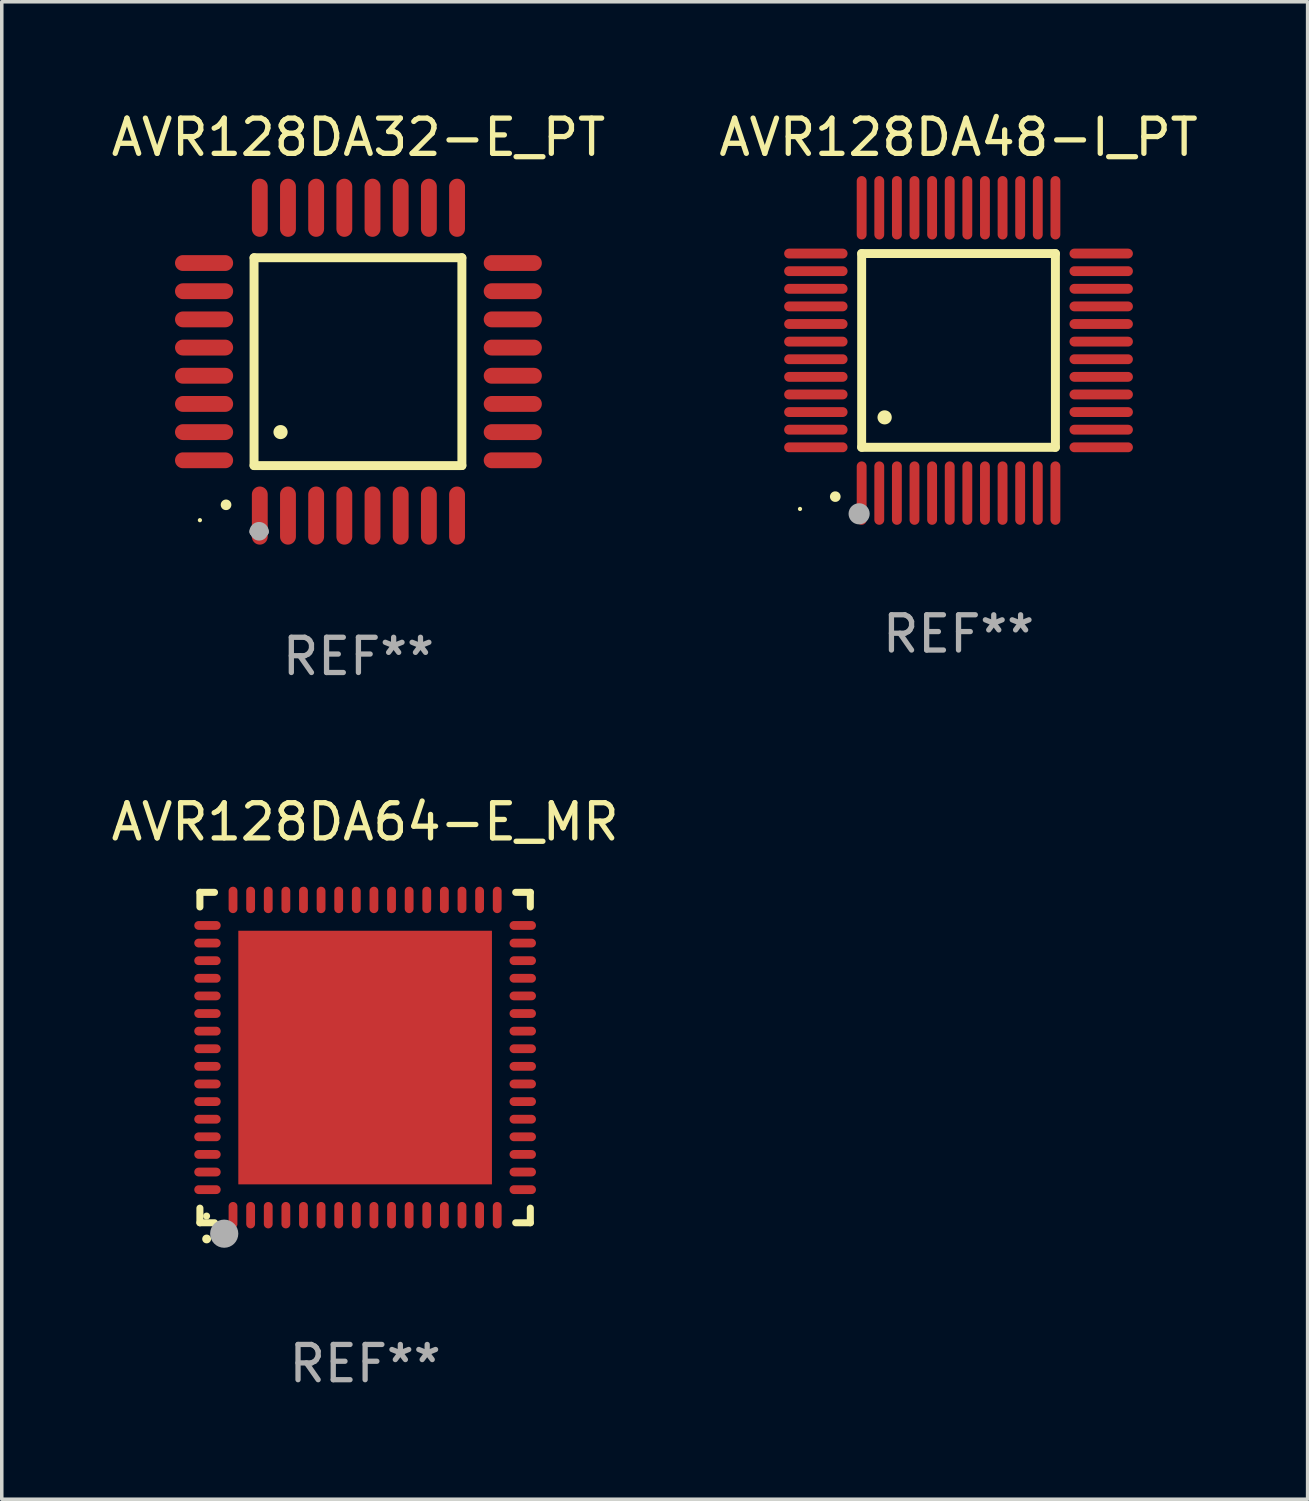
<source format=kicad_pcb>
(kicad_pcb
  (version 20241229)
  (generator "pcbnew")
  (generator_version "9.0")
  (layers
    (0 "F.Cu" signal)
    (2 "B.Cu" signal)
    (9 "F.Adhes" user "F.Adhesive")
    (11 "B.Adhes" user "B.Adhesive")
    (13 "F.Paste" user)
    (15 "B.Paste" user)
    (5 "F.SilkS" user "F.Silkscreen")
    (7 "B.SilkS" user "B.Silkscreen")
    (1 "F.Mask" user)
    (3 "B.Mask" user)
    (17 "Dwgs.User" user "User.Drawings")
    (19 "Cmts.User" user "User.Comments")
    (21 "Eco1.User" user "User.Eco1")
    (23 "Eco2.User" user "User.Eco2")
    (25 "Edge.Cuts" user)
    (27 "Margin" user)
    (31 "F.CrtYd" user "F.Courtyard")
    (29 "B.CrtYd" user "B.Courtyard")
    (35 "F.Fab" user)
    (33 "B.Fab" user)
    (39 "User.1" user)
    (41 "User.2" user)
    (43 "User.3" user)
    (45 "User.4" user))
  (footprint "AVR128DA64-E_MR"
    (layer "F.Cu")
    (at 7.315 26.972)
    (property "Reference" "AVR128DA64-E_MR" (at 0 -6.69 0) (layer "F.SilkS") (effects (font (size 1 1) (thickness 0.15))))
    (attr through_hole)
    (fp_line (start -4.69 -4.69) (end -4.275 -4.69) (stroke (width 0.2) (type solid)) (layer "F.SilkS"))
    (fp_line (start -4.69 -4.275) (end -4.69 -4.69) (stroke (width 0.2) (type solid)) (layer "F.SilkS"))
    (fp_line (start -4.69 4.69) (end -4.69 4.275) (stroke (width 0.2) (type solid)) (layer "F.SilkS"))
    (fp_line (start -4.275 4.69) (end -4.69 4.69) (stroke (width 0.2) (type solid)) (layer "F.SilkS"))
    (fp_line (start 4.275 4.69) (end 4.69 4.69) (stroke (width 0.2) (type solid)) (layer "F.SilkS"))
    (fp_line (start 4.69 -4.69) (end 4.275 -4.69) (stroke (width 0.2) (type solid)) (layer "F.SilkS"))
    (fp_line (start 4.69 -4.275) (end 4.69 -4.69) (stroke (width 0.2) (type solid)) (layer "F.SilkS"))
    (fp_line (start 4.69 4.69) (end 4.69 4.275) (stroke (width 0.2) (type solid)) (layer "F.SilkS"))
    (fp_arc (start -4.499886 5.15) (mid -4.498616 5.149994) (end -4.497346 5.15) (stroke (width 0.24892) (type solid)) (layer "F.SilkS"))
    (fp_circle (center -4.5 4.5) (end -4.45 4.5) (stroke (width 0.1) (type solid)) (fill no) (layer "F.SilkS"))
    (fp_circle (center -4 5) (end -3.8 5) (stroke (width 0.4) (type solid)) (fill no) (layer "F.Fab"))
    (fp_text user "REF**" (at 0 8.69 0) (layer "F.Fab") (effects (font (size 1 1) (thickness 0.15))))
    (pad "1" smd oval (at -3.75 4.475) (size 0.25 0.75) (layers "F.Cu" "F.Mask" "F.Paste"))
    (pad "2" smd oval (at -3.25 4.475) (size 0.25 0.75) (layers "F.Cu" "F.Mask" "F.Paste"))
    (pad "3" smd oval (at -2.75 4.475) (size 0.25 0.75) (layers "F.Cu" "F.Mask" "F.Paste"))
    (pad "4" smd oval (at -2.25 4.475) (size 0.25 0.75) (layers "F.Cu" "F.Mask" "F.Paste"))
    (pad "5" smd oval (at -1.75 4.475) (size 0.25 0.75) (layers "F.Cu" "F.Mask" "F.Paste"))
    (pad "6" smd oval (at -1.25 4.475) (size 0.25 0.75) (layers "F.Cu" "F.Mask" "F.Paste"))
    (pad "7" smd oval (at -0.75 4.475) (size 0.25 0.75) (layers "F.Cu" "F.Mask" "F.Paste"))
    (pad "8" smd oval (at -0.25 4.475) (size 0.25 0.75) (layers "F.Cu" "F.Mask" "F.Paste"))
    (pad "9" smd oval (at 0.25 4.475) (size 0.25 0.75) (layers "F.Cu" "F.Mask" "F.Paste"))
    (pad "10" smd oval (at 0.75 4.475) (size 0.25 0.75) (layers "F.Cu" "F.Mask" "F.Paste"))
    (pad "11" smd oval (at 1.25 4.475) (size 0.25 0.75) (layers "F.Cu" "F.Mask" "F.Paste"))
    (pad "12" smd oval (at 1.75 4.475) (size 0.25 0.75) (layers "F.Cu" "F.Mask" "F.Paste"))
    (pad "13" smd oval (at 2.25 4.475) (size 0.25 0.75) (layers "F.Cu" "F.Mask" "F.Paste"))
    (pad "14" smd oval (at 2.75 4.475) (size 0.25 0.75) (layers "F.Cu" "F.Mask" "F.Paste"))
    (pad "15" smd oval (at 3.25 4.475) (size 0.25 0.75) (layers "F.Cu" "F.Mask" "F.Paste"))
    (pad "16" smd oval (at 3.75 4.475) (size 0.25 0.75) (layers "F.Cu" "F.Mask" "F.Paste"))
    (pad "17" smd oval (at 4.475 3.75) (size 0.75 0.25) (layers "F.Cu" "F.Mask" "F.Paste"))
    (pad "18" smd oval (at 4.475 3.25) (size 0.75 0.25) (layers "F.Cu" "F.Mask" "F.Paste"))
    (pad "19" smd oval (at 4.475 2.75) (size 0.75 0.25) (layers "F.Cu" "F.Mask" "F.Paste"))
    (pad "20" smd oval (at 4.475 2.25) (size 0.75 0.25) (layers "F.Cu" "F.Mask" "F.Paste"))
    (pad "21" smd oval (at 4.475 1.75) (size 0.75 0.25) (layers "F.Cu" "F.Mask" "F.Paste"))
    (pad "22" smd oval (at 4.475 1.25) (size 0.75 0.25) (layers "F.Cu" "F.Mask" "F.Paste"))
    (pad "23" smd oval (at 4.475 0.75) (size 0.75 0.25) (layers "F.Cu" "F.Mask" "F.Paste"))
    (pad "24" smd oval (at 4.475 0.25) (size 0.75 0.25) (layers "F.Cu" "F.Mask" "F.Paste"))
    (pad "25" smd oval (at 4.475 -0.25) (size 0.75 0.25) (layers "F.Cu" "F.Mask" "F.Paste"))
    (pad "26" smd oval (at 4.475 -0.75) (size 0.75 0.25) (layers "F.Cu" "F.Mask" "F.Paste"))
    (pad "27" smd oval (at 4.475 -1.25) (size 0.75 0.25) (layers "F.Cu" "F.Mask" "F.Paste"))
    (pad "28" smd oval (at 4.475 -1.75) (size 0.75 0.25) (layers "F.Cu" "F.Mask" "F.Paste"))
    (pad "29" smd oval (at 4.475 -2.25) (size 0.75 0.25) (layers "F.Cu" "F.Mask" "F.Paste"))
    (pad "30" smd oval (at 4.475 -2.75) (size 0.75 0.25) (layers "F.Cu" "F.Mask" "F.Paste"))
    (pad "31" smd oval (at 4.475 -3.25) (size 0.75 0.25) (layers "F.Cu" "F.Mask" "F.Paste"))
    (pad "32" smd oval (at 4.475 -3.75) (size 0.75 0.25) (layers "F.Cu" "F.Mask" "F.Paste"))
    (pad "33" smd oval (at 3.75 -4.475) (size 0.25 0.75) (layers "F.Cu" "F.Mask" "F.Paste"))
    (pad "34" smd oval (at 3.25 -4.475) (size 0.25 0.75) (layers "F.Cu" "F.Mask" "F.Paste"))
    (pad "35" smd oval (at 2.75 -4.475) (size 0.25 0.75) (layers "F.Cu" "F.Mask" "F.Paste"))
    (pad "36" smd oval (at 2.25 -4.475) (size 0.25 0.75) (layers "F.Cu" "F.Mask" "F.Paste"))
    (pad "37" smd oval (at 1.75 -4.475) (size 0.25 0.75) (layers "F.Cu" "F.Mask" "F.Paste"))
    (pad "38" smd oval (at 1.25 -4.475) (size 0.25 0.75) (layers "F.Cu" "F.Mask" "F.Paste"))
    (pad "39" smd oval (at 0.75 -4.475) (size 0.25 0.75) (layers "F.Cu" "F.Mask" "F.Paste"))
    (pad "40" smd oval (at 0.25 -4.475) (size 0.25 0.75) (layers "F.Cu" "F.Mask" "F.Paste"))
    (pad "41" smd oval (at -0.25 -4.475) (size 0.25 0.75) (layers "F.Cu" "F.Mask" "F.Paste"))
    (pad "42" smd oval (at -0.75 -4.475) (size 0.25 0.75) (layers "F.Cu" "F.Mask" "F.Paste"))
    (pad "43" smd oval (at -1.25 -4.475) (size 0.25 0.75) (layers "F.Cu" "F.Mask" "F.Paste"))
    (pad "44" smd oval (at -1.75 -4.475) (size 0.25 0.75) (layers "F.Cu" "F.Mask" "F.Paste"))
    (pad "45" smd oval (at -2.25 -4.475) (size 0.25 0.75) (layers "F.Cu" "F.Mask" "F.Paste"))
    (pad "46" smd oval (at -2.75 -4.475) (size 0.25 0.75) (layers "F.Cu" "F.Mask" "F.Paste"))
    (pad "47" smd oval (at -3.25 -4.475) (size 0.25 0.75) (layers "F.Cu" "F.Mask" "F.Paste"))
    (pad "48" smd oval (at -3.75 -4.475) (size 0.25 0.75) (layers "F.Cu" "F.Mask" "F.Paste"))
    (pad "49" smd oval (at -4.475 -3.75) (size 0.75 0.25) (layers "F.Cu" "F.Mask" "F.Paste"))
    (pad "50" smd oval (at -4.475 -3.25) (size 0.75 0.25) (layers "F.Cu" "F.Mask" "F.Paste"))
    (pad "51" smd oval (at -4.475 -2.75) (size 0.75 0.25) (layers "F.Cu" "F.Mask" "F.Paste"))
    (pad "52" smd oval (at -4.475 -2.25) (size 0.75 0.25) (layers "F.Cu" "F.Mask" "F.Paste"))
    (pad "53" smd oval (at -4.475 -1.75) (size 0.75 0.25) (layers "F.Cu" "F.Mask" "F.Paste"))
    (pad "54" smd oval (at -4.475 -1.25) (size 0.75 0.25) (layers "F.Cu" "F.Mask" "F.Paste"))
    (pad "55" smd oval (at -4.475 -0.75) (size 0.75 0.25) (layers "F.Cu" "F.Mask" "F.Paste"))
    (pad "56" smd oval (at -4.475 -0.25) (size 0.75 0.25) (layers "F.Cu" "F.Mask" "F.Paste"))
    (pad "57" smd oval (at -4.475 0.25) (size 0.75 0.25) (layers "F.Cu" "F.Mask" "F.Paste"))
    (pad "58" smd oval (at -4.475 0.75) (size 0.75 0.25) (layers "F.Cu" "F.Mask" "F.Paste"))
    (pad "59" smd oval (at -4.475 1.25) (size 0.75 0.25) (layers "F.Cu" "F.Mask" "F.Paste"))
    (pad "60" smd oval (at -4.475 1.75) (size 0.75 0.25) (layers "F.Cu" "F.Mask" "F.Paste"))
    (pad "61" smd oval (at -4.475 2.25) (size 0.75 0.25) (layers "F.Cu" "F.Mask" "F.Paste"))
    (pad "62" smd oval (at -4.475 2.75) (size 0.75 0.25) (layers "F.Cu" "F.Mask" "F.Paste"))
    (pad "63" smd oval (at -4.475 3.25) (size 0.75 0.25) (layers "F.Cu" "F.Mask" "F.Paste"))
    (pad "64" smd oval (at -4.475 3.75) (size 0.75 0.25) (layers "F.Cu" "F.Mask" "F.Paste"))
    (pad "65" smd rect (at 0.000368 0.000013) (size 7.2 7.2) (layers "F.Cu" "F.Mask" "F.Paste")))
  (footprint "AVR128DA48-I_PT"
    (layer "F.Cu")
    (at 24.161 6.898)
    (property "Reference" "AVR128DA48-I_PT" (at 0 -6.05 0) (layer "F.SilkS") (effects (font (size 1 1) (thickness 0.15))))
    (attr through_hole)
    (fp_line (start -2.75 -2.75) (end 2.75 -2.75) (stroke (width 0.254) (type solid)) (layer "F.SilkS"))
    (fp_line (start -2.75 2.75) (end -2.75 -2.75) (stroke (width 0.254) (type solid)) (layer "F.SilkS"))
    (fp_line (start 2.75 -2.75) (end 2.75 2.75) (stroke (width 0.254) (type solid)) (layer "F.SilkS"))
    (fp_line (start 2.75 2.75) (end -2.75 2.75) (stroke (width 0.254) (type solid)) (layer "F.SilkS"))
    (fp_arc (start -3.500127 4.150368) (mid -3.498857 4.150363) (end -3.497587 4.150368) (stroke (width 0.3) (type solid)) (layer "F.SilkS"))
    (fp_arc (start -2.100584 1.899924) (mid -2.098044 1.899908) (end -2.095504 1.899924) (stroke (width 0.4) (type solid)) (layer "F.SilkS"))
    (fp_circle (center -4.5 4.5) (end -4.47 4.5) (stroke (width 0.06) (type solid)) (fill no) (layer "F.SilkS"))
    (fp_circle (center -2.822 4.638) (end -2.672 4.638) (stroke (width 0.3) (type solid)) (fill no) (layer "F.Fab"))
    (fp_text user "REF**" (at 0 8.05 0) (layer "F.Fab") (effects (font (size 1 1) (thickness 0.15))))
    (pad "1" smd oval (at -2.75 4.05) (size 0.28 1.8) (layers "F.Cu" "F.Mask" "F.Paste"))
    (pad "2" smd oval (at -2.25 4.05) (size 0.28 1.8) (layers "F.Cu" "F.Mask" "F.Paste"))
    (pad "3" smd oval (at -1.75 4.05) (size 0.28 1.8) (layers "F.Cu" "F.Mask" "F.Paste"))
    (pad "4" smd oval (at -1.25 4.05) (size 0.28 1.8) (layers "F.Cu" "F.Mask" "F.Paste"))
    (pad "5" smd oval (at -0.75 4.05) (size 0.28 1.8) (layers "F.Cu" "F.Mask" "F.Paste"))
    (pad "6" smd oval (at -0.25 4.05) (size 0.28 1.8) (layers "F.Cu" "F.Mask" "F.Paste"))
    (pad "7" smd oval (at 0.25 4.05) (size 0.28 1.8) (layers "F.Cu" "F.Mask" "F.Paste"))
    (pad "8" smd oval (at 0.75 4.05) (size 0.28 1.8) (layers "F.Cu" "F.Mask" "F.Paste"))
    (pad "9" smd oval (at 1.25 4.05) (size 0.28 1.8) (layers "F.Cu" "F.Mask" "F.Paste"))
    (pad "10" smd oval (at 1.75 4.05) (size 0.28 1.8) (layers "F.Cu" "F.Mask" "F.Paste"))
    (pad "11" smd oval (at 2.25 4.05) (size 0.28 1.8) (layers "F.Cu" "F.Mask" "F.Paste"))
    (pad "12" smd oval (at 2.75 4.05) (size 0.28 1.8) (layers "F.Cu" "F.Mask" "F.Paste"))
    (pad "13" smd oval (at 4.05 2.75) (size 1.8 0.28) (layers "F.Cu" "F.Mask" "F.Paste"))
    (pad "14" smd oval (at 4.05 2.25) (size 1.8 0.28) (layers "F.Cu" "F.Mask" "F.Paste"))
    (pad "15" smd oval (at 4.05 1.75) (size 1.8 0.28) (layers "F.Cu" "F.Mask" "F.Paste"))
    (pad "16" smd oval (at 4.05 1.25) (size 1.8 0.28) (layers "F.Cu" "F.Mask" "F.Paste"))
    (pad "17" smd oval (at 4.05 0.75) (size 1.8 0.28) (layers "F.Cu" "F.Mask" "F.Paste"))
    (pad "18" smd oval (at 4.05 0.25) (size 1.8 0.28) (layers "F.Cu" "F.Mask" "F.Paste"))
    (pad "19" smd oval (at 4.05 -0.25) (size 1.8 0.28) (layers "F.Cu" "F.Mask" "F.Paste"))
    (pad "20" smd oval (at 4.05 -0.75) (size 1.8 0.28) (layers "F.Cu" "F.Mask" "F.Paste"))
    (pad "21" smd oval (at 4.05 -1.25) (size 1.8 0.28) (layers "F.Cu" "F.Mask" "F.Paste"))
    (pad "22" smd oval (at 4.05 -1.75) (size 1.8 0.28) (layers "F.Cu" "F.Mask" "F.Paste"))
    (pad "23" smd oval (at 4.05 -2.25) (size 1.8 0.28) (layers "F.Cu" "F.Mask" "F.Paste"))
    (pad "24" smd oval (at 4.05 -2.75) (size 1.8 0.28) (layers "F.Cu" "F.Mask" "F.Paste"))
    (pad "25" smd oval (at 2.75 -4.05) (size 0.28 1.8) (layers "F.Cu" "F.Mask" "F.Paste"))
    (pad "26" smd oval (at 2.25 -4.05) (size 0.28 1.8) (layers "F.Cu" "F.Mask" "F.Paste"))
    (pad "27" smd oval (at 1.75 -4.05) (size 0.28 1.8) (layers "F.Cu" "F.Mask" "F.Paste"))
    (pad "28" smd oval (at 1.25 -4.05) (size 0.28 1.8) (layers "F.Cu" "F.Mask" "F.Paste"))
    (pad "29" smd oval (at 0.75 -4.05) (size 0.28 1.8) (layers "F.Cu" "F.Mask" "F.Paste"))
    (pad "30" smd oval (at 0.25 -4.05) (size 0.28 1.8) (layers "F.Cu" "F.Mask" "F.Paste"))
    (pad "31" smd oval (at -0.25 -4.05) (size 0.28 1.8) (layers "F.Cu" "F.Mask" "F.Paste"))
    (pad "32" smd oval (at -0.75 -4.05) (size 0.28 1.8) (layers "F.Cu" "F.Mask" "F.Paste"))
    (pad "33" smd oval (at -1.25 -4.05) (size 0.28 1.8) (layers "F.Cu" "F.Mask" "F.Paste"))
    (pad "34" smd oval (at -1.75 -4.05) (size 0.28 1.8) (layers "F.Cu" "F.Mask" "F.Paste"))
    (pad "35" smd oval (at -2.25 -4.05) (size 0.28 1.8) (layers "F.Cu" "F.Mask" "F.Paste"))
    (pad "36" smd oval (at -2.75 -4.05) (size 0.28 1.8) (layers "F.Cu" "F.Mask" "F.Paste"))
    (pad "37" smd oval (at -4.05 -2.75) (size 1.8 0.28) (layers "F.Cu" "F.Mask" "F.Paste"))
    (pad "38" smd oval (at -4.05 -2.25) (size 1.8 0.28) (layers "F.Cu" "F.Mask" "F.Paste"))
    (pad "39" smd oval (at -4.05 -1.75) (size 1.8 0.28) (layers "F.Cu" "F.Mask" "F.Paste"))
    (pad "40" smd oval (at -4.05 -1.25) (size 1.8 0.28) (layers "F.Cu" "F.Mask" "F.Paste"))
    (pad "41" smd oval (at -4.05 -0.75) (size 1.8 0.28) (layers "F.Cu" "F.Mask" "F.Paste"))
    (pad "42" smd oval (at -4.05 -0.25) (size 1.8 0.28) (layers "F.Cu" "F.Mask" "F.Paste"))
    (pad "43" smd oval (at -4.05 0.25) (size 1.8 0.28) (layers "F.Cu" "F.Mask" "F.Paste"))
    (pad "44" smd oval (at -4.05 0.75) (size 1.8 0.28) (layers "F.Cu" "F.Mask" "F.Paste"))
    (pad "45" smd oval (at -4.05 1.25) (size 1.8 0.28) (layers "F.Cu" "F.Mask" "F.Paste"))
    (pad "46" smd oval (at -4.05 1.75) (size 1.8 0.28) (layers "F.Cu" "F.Mask" "F.Paste"))
    (pad "47" smd oval (at -4.05 2.25) (size 1.8 0.28) (layers "F.Cu" "F.Mask" "F.Paste"))
    (pad "48" smd oval (at -4.05 2.75) (size 1.8 0.28) (layers "F.Cu" "F.Mask" "F.Paste")))
  (footprint "AVR128DA32-E_PT"
    (layer "F.Cu")
    (at 7.125 7.217)
    (property "Reference" "AVR128DA32-E_PT" (at 0 -6.369 0) (layer "F.SilkS") (effects (font (size 1 1) (thickness 0.15))))
    (attr through_hole)
    (fp_line (start -2.963 -2.95) (end -2.963 2.95) (stroke (width 0.254) (type solid)) (layer "F.SilkS"))
    (fp_line (start -2.963 2.95) (end 2.937 2.95) (stroke (width 0.254) (type solid)) (layer "F.SilkS"))
    (fp_line (start 2.937 -2.95) (end -2.963 -2.95) (stroke (width 0.254) (type solid)) (layer "F.SilkS"))
    (fp_line (start 2.937 2.95) (end 2.937 -2.95) (stroke (width 0.254) (type solid)) (layer "F.SilkS"))
    (fp_arc (start -3.759208 4.064008) (mid -3.757938 4.064003) (end -3.756668 4.064008) (stroke (width 0.3) (type solid)) (layer "F.SilkS"))
    (fp_arc (start -2.212344 1.998984) (mid -2.211074 1.99898) (end -2.209804 1.998984) (stroke (width 0.4) (type solid)) (layer "F.SilkS"))
    (fp_circle (center -4.5 4.5) (end -4.47 4.5) (stroke (width 0.06) (type solid)) (fill no) (layer "F.SilkS"))
    (fp_arc (start -2.967489 4.82601) (mid -2.819406 4.677927) (end -2.671323 4.82601) (stroke (width 0.254001) (type solid)) (layer "F.Fab"))
    (fp_arc (start -2.967488 4.82601) (mid -2.819406 4.791053) (end -2.671324 4.82601) (stroke (width 0.254001) (type solid)) (layer "F.Fab"))
    (fp_circle (center -2.819 4.826) (end -2.692 4.826) (stroke (width 0.254) (type solid)) (fill no) (layer "F.Fab"))
    (fp_text user "REF**" (at 0 8.369 0) (layer "F.Fab") (effects (font (size 1 1) (thickness 0.15))))
    (pad "1" smd oval (at -2.8 4.369) (size 0.45 1.65) (layers "F.Cu" "F.Mask" "F.Paste"))
    (pad "2" smd oval (at -2 4.369) (size 0.45 1.65) (layers "F.Cu" "F.Mask" "F.Paste"))
    (pad "3" smd oval (at -1.2 4.369) (size 0.45 1.65) (layers "F.Cu" "F.Mask" "F.Paste"))
    (pad "4" smd oval (at -0.4 4.369) (size 0.45 1.65) (layers "F.Cu" "F.Mask" "F.Paste"))
    (pad "5" smd oval (at 0.4 4.369) (size 0.45 1.65) (layers "F.Cu" "F.Mask" "F.Paste"))
    (pad "6" smd oval (at 1.2 4.369) (size 0.45 1.65) (layers "F.Cu" "F.Mask" "F.Paste"))
    (pad "7" smd oval (at 2 4.369) (size 0.45 1.65) (layers "F.Cu" "F.Mask" "F.Paste"))
    (pad "8" smd oval (at 2.8 4.369) (size 0.45 1.65) (layers "F.Cu" "F.Mask" "F.Paste"))
    (pad "9" smd oval (at 4.382 2.8) (size 1.65 0.45) (layers "F.Cu" "F.Mask" "F.Paste"))
    (pad "10" smd oval (at 4.382 2) (size 1.65 0.45) (layers "F.Cu" "F.Mask" "F.Paste"))
    (pad "11" smd oval (at 4.382 1.2) (size 1.65 0.45) (layers "F.Cu" "F.Mask" "F.Paste"))
    (pad "12" smd oval (at 4.382 0.4) (size 1.65 0.45) (layers "F.Cu" "F.Mask" "F.Paste"))
    (pad "13" smd oval (at 4.382 -0.4) (size 1.65 0.45) (layers "F.Cu" "F.Mask" "F.Paste"))
    (pad "14" smd oval (at 4.382 -1.2) (size 1.65 0.45) (layers "F.Cu" "F.Mask" "F.Paste"))
    (pad "15" smd oval (at 4.382 -2) (size 1.65 0.45) (layers "F.Cu" "F.Mask" "F.Paste"))
    (pad "16" smd oval (at 4.382 -2.8) (size 1.65 0.45) (layers "F.Cu" "F.Mask" "F.Paste"))
    (pad "17" smd oval (at 2.8 -4.369) (size 0.45 1.65) (layers "F.Cu" "F.Mask" "F.Paste"))
    (pad "18" smd oval (at 2 -4.369) (size 0.45 1.65) (layers "F.Cu" "F.Mask" "F.Paste"))
    (pad "19" smd oval (at 1.2 -4.369) (size 0.45 1.65) (layers "F.Cu" "F.Mask" "F.Paste"))
    (pad "20" smd oval (at 0.4 -4.369) (size 0.45 1.65) (layers "F.Cu" "F.Mask" "F.Paste"))
    (pad "21" smd oval (at -0.4 -4.369) (size 0.45 1.65) (layers "F.Cu" "F.Mask" "F.Paste"))
    (pad "22" smd oval (at -1.2 -4.369) (size 0.45 1.65) (layers "F.Cu" "F.Mask" "F.Paste"))
    (pad "23" smd oval (at -2 -4.369) (size 0.45 1.65) (layers "F.Cu" "F.Mask" "F.Paste"))
    (pad "24" smd oval (at -2.8 -4.369) (size 0.45 1.65) (layers "F.Cu" "F.Mask" "F.Paste"))
    (pad "25" smd oval (at -4.382 -2.8) (size 1.65 0.45) (layers "F.Cu" "F.Mask" "F.Paste"))
    (pad "26" smd oval (at -4.382 -2) (size 1.65 0.45) (layers "F.Cu" "F.Mask" "F.Paste"))
    (pad "27" smd oval (at -4.382 -1.2) (size 1.65 0.45) (layers "F.Cu" "F.Mask" "F.Paste"))
    (pad "28" smd oval (at -4.382 -0.4) (size 1.65 0.45) (layers "F.Cu" "F.Mask" "F.Paste"))
    (pad "29" smd oval (at -4.382 0.4) (size 1.65 0.45) (layers "F.Cu" "F.Mask" "F.Paste"))
    (pad "30" smd oval (at -4.382 1.2) (size 1.65 0.45) (layers "F.Cu" "F.Mask" "F.Paste"))
    (pad "31" smd oval (at -4.382 2) (size 1.65 0.45) (layers "F.Cu" "F.Mask" "F.Paste"))
    (pad "32" smd oval (at -4.382 2.8) (size 1.65 0.45) (layers "F.Cu" "F.Mask" "F.Paste")))
  (gr_rect
    (start -3 -3)
    (end 34.071 39.511)
    (stroke (width 0.1) (type default))
    (fill no)
    (layer "Edge.Cuts")))
</source>
